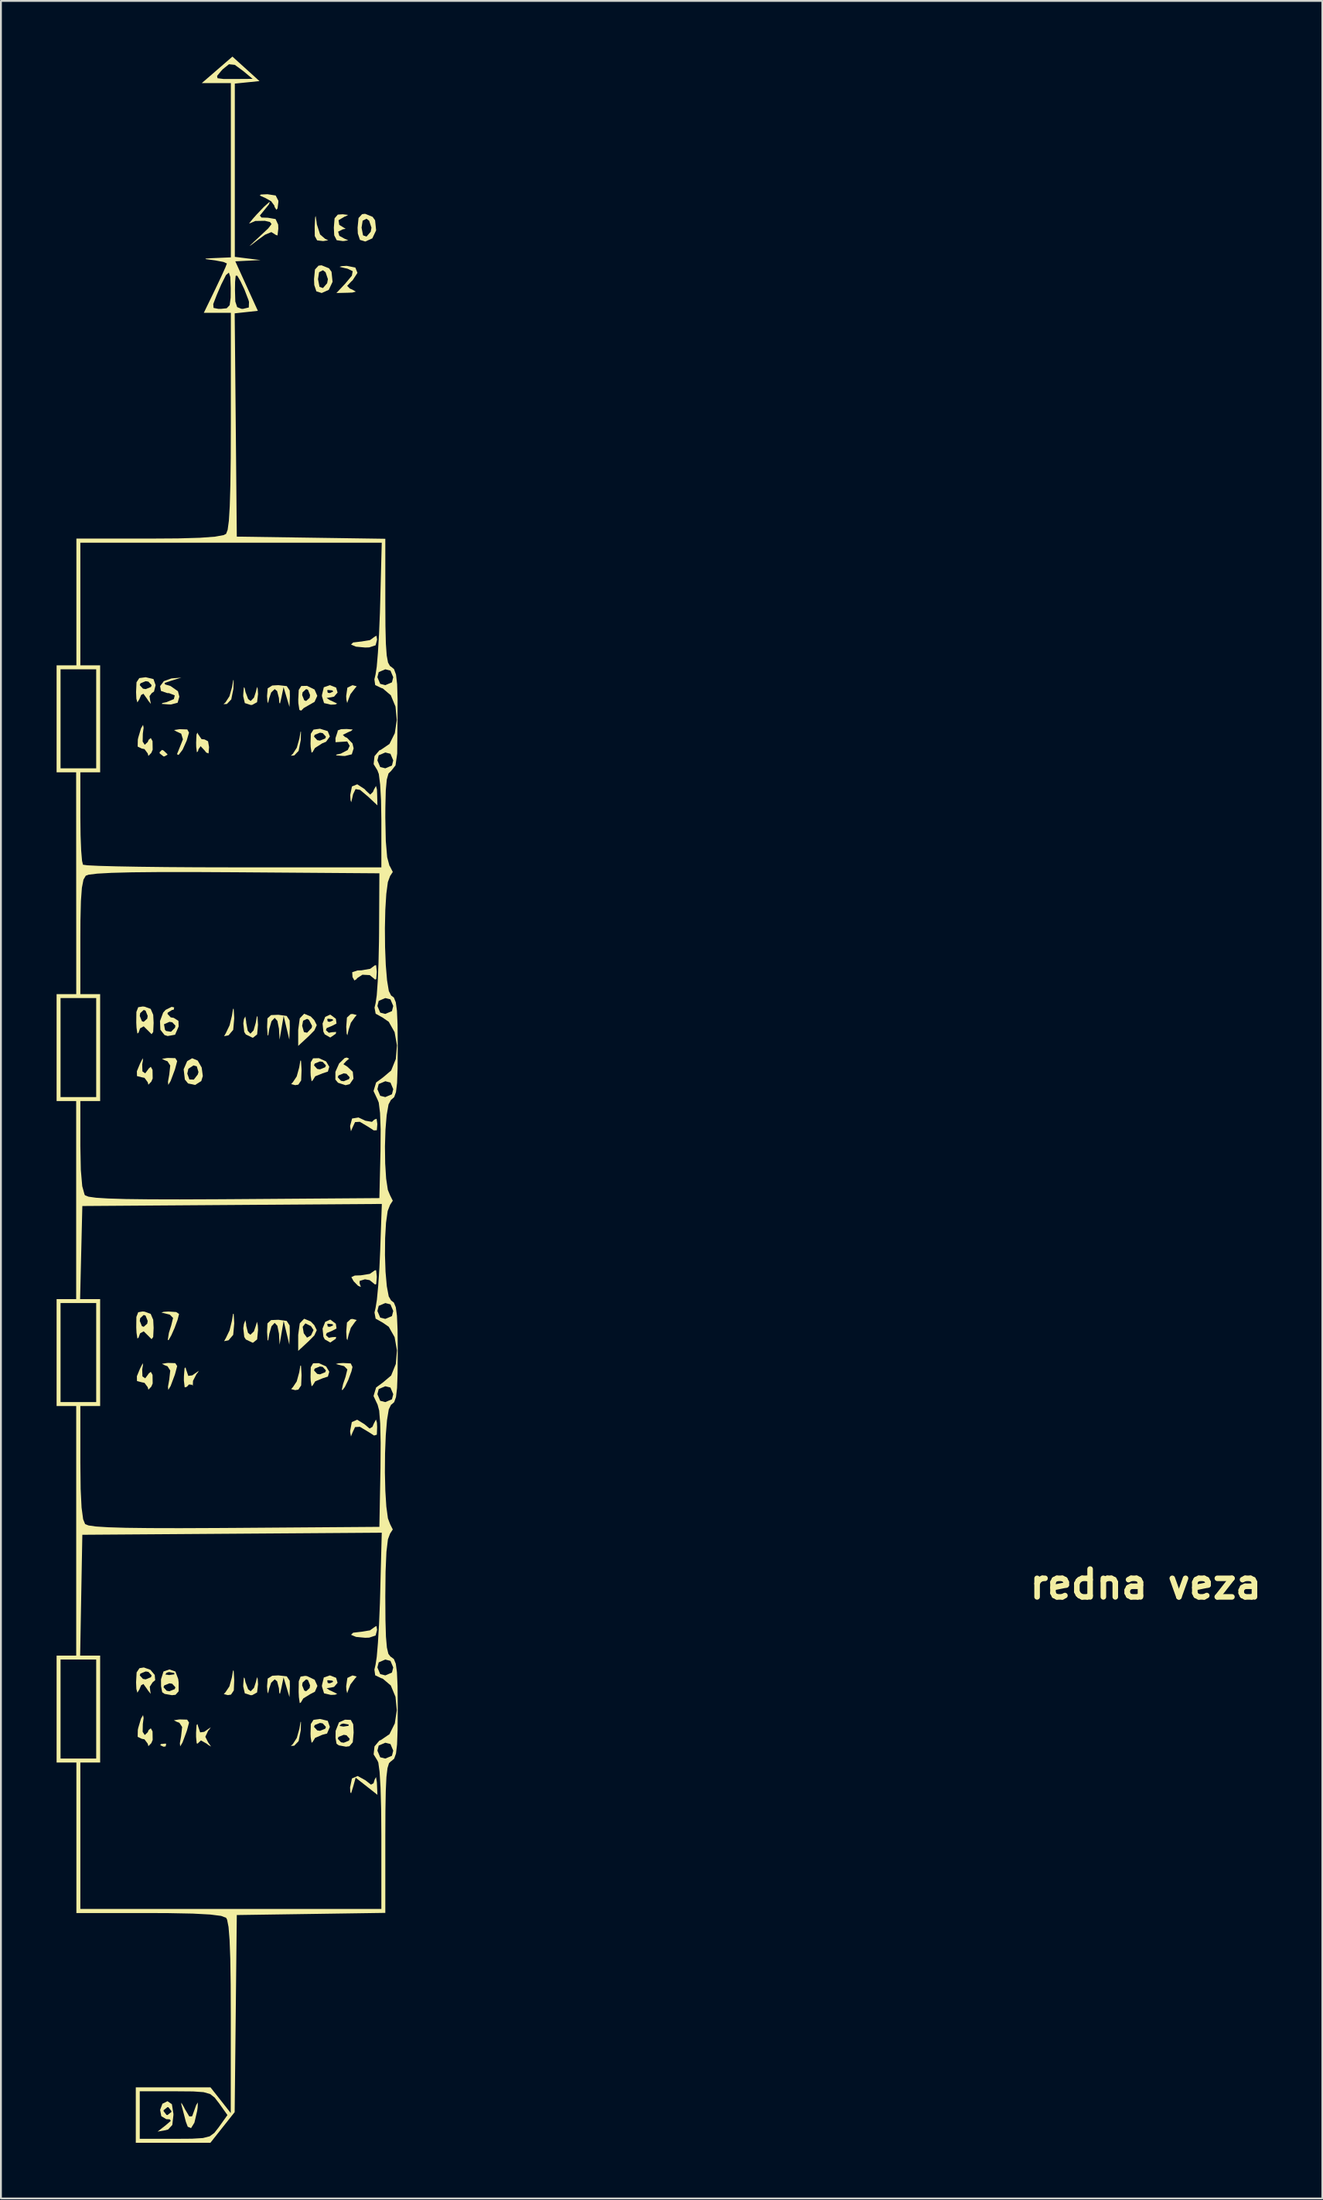
<source format=kicad_pcb>
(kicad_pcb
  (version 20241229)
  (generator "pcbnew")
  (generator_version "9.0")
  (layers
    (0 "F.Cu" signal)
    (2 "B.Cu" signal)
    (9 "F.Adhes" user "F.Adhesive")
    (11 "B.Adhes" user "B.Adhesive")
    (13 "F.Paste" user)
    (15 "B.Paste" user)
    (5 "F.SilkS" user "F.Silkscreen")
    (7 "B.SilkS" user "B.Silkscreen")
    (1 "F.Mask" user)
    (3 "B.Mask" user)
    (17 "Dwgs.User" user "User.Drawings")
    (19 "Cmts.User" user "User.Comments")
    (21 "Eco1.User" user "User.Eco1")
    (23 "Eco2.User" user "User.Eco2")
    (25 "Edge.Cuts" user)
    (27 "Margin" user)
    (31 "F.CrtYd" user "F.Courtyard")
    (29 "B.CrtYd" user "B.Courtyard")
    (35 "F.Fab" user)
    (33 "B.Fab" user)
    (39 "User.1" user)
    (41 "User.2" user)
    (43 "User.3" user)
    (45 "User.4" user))
  (footprint "redna veza"
    (layer "F.Cu")
    (at 58.697 82.323)
    (property "Reference" "redna veza" (at 0 0 0) (layer "F.SilkS") (effects (font (size 1.5 1.5) (thickness 0.3))))
    (attr board_only exclude_from_pos_files exclude_from_bom)
    (fp_poly (pts (xy -52.792 8.609) (xy -52.821 8.736) (xy -52.934 8.751) (xy -53.11 8.673) (xy -53.077 8.609) (xy -52.823 8.583)) (stroke (width 0) (type solid)) (fill yes) (layer "F.SilkS"))
    (fp_poly (pts (xy -52.934 -44.93) (xy -52.731 -44.738) (xy -52.721 -44.704) (xy -52.886 -44.613) (xy -52.934 -44.61) (xy -53.14 -44.774) (xy -53.148 -44.836) (xy -53.017 -44.964)) (stroke (width 0) (type solid)) (fill yes) (layer "F.SilkS"))
    (fp_poly (pts (xy -49.155 -48.714) (xy -49.168 -48.288) (xy -49.169 -48.255) (xy -49.283 -47.685) (xy -49.519 -47.438) (xy -49.702 -47.426) (xy -49.592 -47.529) (xy -49.382 -47.853) (xy -49.242 -48.346) (xy -49.176 -48.729)) (stroke (width 0) (type solid)) (fill yes) (layer "F.SilkS"))
    (fp_poly (pts (xy -45.526 -45.939) (xy -45.539 -45.514) (xy -45.541 -45.48) (xy -45.654 -44.911) (xy -45.891 -44.664) (xy -46.073 -44.651) (xy -45.963 -44.755) (xy -45.754 -45.079) (xy -45.613 -45.571) (xy -45.547 -45.954)) (stroke (width 0) (type solid)) (fill yes) (layer "F.SilkS"))
    (fp_poly (pts (xy -45.526 7.422) (xy -45.539 7.848) (xy -45.541 7.881) (xy -45.654 8.451) (xy -45.891 8.698) (xy -46.073 8.71) (xy -45.963 8.607) (xy -45.754 8.283) (xy -45.613 7.79) (xy -45.547 7.408)) (stroke (width 0) (type solid)) (fill yes) (layer "F.SilkS"))
    (fp_poly (pts (xy -42.742 -48.449) (xy -42.523 -48.39) (xy -42.611 -48.289) (xy -42.861 -47.965) (xy -42.96 -47.705) (xy -43.038 -47.489) (xy -43.08 -47.672) (xy -43.091 -47.865) (xy -43.027 -48.315) (xy -42.752 -48.449)) (stroke (width 0) (type solid)) (fill yes) (layer "F.SilkS"))
    (fp_poly (pts (xy -42.742 4.913) (xy -42.523 4.972) (xy -42.611 5.073) (xy -42.861 5.396) (xy -42.96 5.656) (xy -43.038 5.872) (xy -43.08 5.69) (xy -43.091 5.496) (xy -43.027 5.046) (xy -42.752 4.912)) (stroke (width 0) (type solid)) (fill yes) (layer "F.SilkS"))
    (fp_poly (pts (xy -42.522 -30.675) (xy -42.614 -30.573) (xy -42.839 -30.258) (xy -42.959 -29.882) (xy -43.027 -29.585) (xy -43.065 -29.672) (xy -43.087 -30.042) (xy -43.05 -30.54) (xy -42.849 -30.724) (xy -42.742 -30.733)) (stroke (width 0) (type solid)) (fill yes) (layer "F.SilkS"))
    (fp_poly (pts (xy -42.522 -14.24) (xy -42.614 -14.137) (xy -42.839 -13.822) (xy -42.959 -13.447) (xy -43.027 -13.15) (xy -43.065 -13.237) (xy -43.087 -13.607) (xy -43.05 -14.105) (xy -42.849 -14.289) (xy -42.742 -14.298)) (stroke (width 0) (type solid)) (fill yes) (layer "F.SilkS"))
    (fp_poly (pts (xy -49.154 4.658) (xy -49.129 5.07) (xy -49.124 5.176) (xy -49.146 5.718) (xy -49.298 5.945) (xy -49.466 5.973) (xy -49.687 5.916) (xy -49.592 5.812) (xy -49.385 5.504) (xy -49.25 5.015) (xy -49.189 4.647)) (stroke (width 0) (type solid)) (fill yes) (layer "F.SilkS"))
    (fp_poly (pts (xy -49.154 -31.008) (xy -49.129 -30.604) (xy -49.124 -30.492) (xy -49.18 -29.876) (xy -49.428 -29.586) (xy -49.443 -29.58) (xy -49.67 -29.535) (xy -49.568 -29.717) (xy -49.375 -30.119) (xy -49.25 -30.629) (xy -49.188 -31.01)) (stroke (width 0) (type solid)) (fill yes) (layer "F.SilkS"))
    (fp_poly (pts (xy -49.154 -14.573) (xy -49.129 -14.169) (xy -49.124 -14.057) (xy -49.18 -13.441) (xy -49.428 -13.151) (xy -49.443 -13.145) (xy -49.67 -13.1) (xy -49.568 -13.282) (xy -49.375 -13.683) (xy -49.25 -14.194) (xy -49.188 -14.575)) (stroke (width 0) (type solid)) (fill yes) (layer "F.SilkS"))
    (fp_poly (pts (xy -45.525 -28.213) (xy -45.5 -27.8) (xy -45.496 -27.695) (xy -45.517 -27.152) (xy -45.669 -26.925) (xy -45.837 -26.897) (xy -46.058 -26.955) (xy -45.963 -27.058) (xy -45.757 -27.367) (xy -45.622 -27.855) (xy -45.56 -28.224)) (stroke (width 0) (type solid)) (fill yes) (layer "F.SilkS"))
    (fp_poly (pts (xy -45.525 -11.777) (xy -45.5 -11.365) (xy -45.496 -11.259) (xy -45.517 -10.717) (xy -45.669 -10.49) (xy -45.837 -10.462) (xy -46.058 -10.519) (xy -45.963 -10.623) (xy -45.757 -10.931) (xy -45.622 -11.42) (xy -45.56 -11.788)) (stroke (width 0) (type solid)) (fill yes) (layer "F.SilkS"))
    (fp_poly (pts (xy -46.89 -74.838) (xy -46.747 -74.558) (xy -46.745 -74.492) (xy -46.789 -74.145) (xy -46.851 -74.066) (xy -46.955 -74.231) (xy -46.958 -74.286) (xy -47.133 -74.526) (xy -47.438 -74.699) (xy -47.75 -74.838) (xy -47.681 -74.892) (xy -47.332 -74.906)) (stroke (width 0) (type solid)) (fill yes) (layer "F.SilkS"))
    (fp_poly (pts (xy -44.689 -73.431) (xy -44.67 -73.278) (xy -44.496 -72.736) (xy -44.224 -72.503) (xy -44.058 -72.426) (xy -44.306 -72.385) (xy -44.343 -72.383) (xy -44.657 -72.42) (xy -44.783 -72.653) (xy -44.789 -73.158) (xy -44.764 -73.652) (xy -44.737 -73.737)) (stroke (width 0) (type solid)) (fill yes) (layer "F.SilkS"))
    (fp_poly (pts (xy -41.425 -50.907) (xy -41.505 -50.6) (xy -41.85 -50.487) (xy -42.069 -50.48) (xy -42.562 -50.526) (xy -42.828 -50.638) (xy -42.829 -50.64) (xy -42.718 -50.751) (xy -42.313 -50.8) (xy -42.293 -50.8) (xy -41.806 -50.881) (xy -41.55 -51.067) (xy -41.46 -51.115)) (stroke (width 0) (type solid)) (fill yes) (layer "F.SilkS"))
    (fp_poly (pts (xy -41.425 2.455) (xy -41.505 2.761) (xy -41.85 2.874) (xy -42.069 2.882) (xy -42.562 2.835) (xy -42.828 2.723) (xy -42.829 2.721) (xy -42.718 2.61) (xy -42.313 2.561) (xy -42.293 2.561) (xy -41.806 2.481) (xy -41.55 2.295) (xy -41.46 2.247)) (stroke (width 0) (type solid)) (fill yes) (layer "F.SilkS"))
    (fp_poly (pts (xy -52.301 -28.353) (xy -52.199 -28.194) (xy -52.312 -27.769) (xy -52.337 -27.695) (xy -52.551 -27.121) (xy -52.677 -26.911) (xy -52.695 -27.079) (xy -52.626 -27.463) (xy -52.572 -27.954) (xy -52.721 -28.184) (xy -52.868 -28.239) (xy -53.019 -28.316) (xy -52.746 -28.36) (xy -52.679 -28.363)) (stroke (width 0) (type solid)) (fill yes) (layer "F.SilkS"))
    (fp_poly (pts (xy -52.301 -11.917) (xy -52.199 -11.759) (xy -52.312 -11.333) (xy -52.337 -11.259) (xy -52.551 -10.686) (xy -52.677 -10.476) (xy -52.695 -10.644) (xy -52.626 -11.028) (xy -52.572 -11.519) (xy -52.721 -11.749) (xy -52.868 -11.803) (xy -53.019 -11.881) (xy -52.746 -11.925) (xy -52.679 -11.928)) (stroke (width 0) (type solid)) (fill yes) (layer "F.SilkS"))
    (fp_poly (pts (xy -51.661 7.293) (xy -51.559 7.451) (xy -51.672 7.877) (xy -51.697 7.951) (xy -51.911 8.524) (xy -52.036 8.734) (xy -52.054 8.566) (xy -51.986 8.182) (xy -51.931 7.691) (xy -52.081 7.461) (xy -52.228 7.407) (xy -52.379 7.329) (xy -52.105 7.285) (xy -52.038 7.282)) (stroke (width 0) (type solid)) (fill yes) (layer "F.SilkS"))
    (fp_poly (pts (xy -51.653 -46.065) (xy -51.561 -45.894) (xy -51.686 -45.463) (xy -51.906 -44.973) (xy -52.122 -44.691) (xy -52.123 -44.691) (xy -52.21 -44.731) (xy -52.102 -44.997) (xy -51.889 -45.533) (xy -51.982 -45.838) (xy -52.241 -45.957) (xy -52.367 -46.033) (xy -52.083 -46.077) (xy -52.038 -46.079)) (stroke (width 0) (type solid)) (fill yes) (layer "F.SilkS"))
    (fp_poly (pts (xy -52.248 -14.67) (xy -52.097 -14.568) (xy -52.179 -14.245) (xy -52.339 -13.812) (xy -52.519 -13.405) (xy -52.66 -13.16) (xy -52.705 -13.166) (xy -52.646 -13.546) (xy -52.518 -13.953) (xy -52.42 -14.354) (xy -52.596 -14.531) (xy -52.785 -14.578) (xy -53.051 -14.645) (xy -52.922 -14.683) (xy -52.668 -14.699)) (stroke (width 0) (type solid)) (fill yes) (layer "F.SilkS"))
    (fp_poly (pts (xy -42.845 -11.902) (xy -42.751 -11.711) (xy -42.807 -11.473) (xy -42.978 -11.01) (xy -43.162 -10.63) (xy -43.295 -10.457) (xy -43.323 -10.498) (xy -43.259 -10.789) (xy -43.126 -11.179) (xy -43.028 -11.579) (xy -43.204 -11.757) (xy -43.393 -11.804) (xy -43.65 -11.87) (xy -43.513 -11.908) (xy -43.262 -11.924)) (stroke (width 0) (type solid)) (fill yes) (layer "F.SilkS"))
    (fp_poly (pts (xy -51.095 28.188) (xy -51.122 28.382) (xy -51.27 29.013) (xy -51.451 29.306) (xy -51.63 29.229) (xy -51.733 28.957) (xy -51.882 28.379) (xy -51.976 28.035) (xy -51.975 27.933) (xy -51.834 28.174) (xy -51.781 28.282) (xy -51.547 28.673) (xy -51.398 28.671) (xy -51.368 28.602) (xy -51.173 28.059) (xy -51.084 27.923)) (stroke (width 0) (type solid)) (fill yes) (layer "F.SilkS"))
    (fp_poly (pts (xy -51.077 -45.822) (xy -50.886 -45.543) (xy -50.728 -45.528) (xy -50.535 -45.428) (xy -50.48 -45.113) (xy -50.507 -44.774) (xy -50.631 -44.818) (xy -50.728 -44.942) (xy -50.935 -45.162) (xy -51.048 -44.999) (xy -51.077 -44.892) (xy -51.137 -44.831) (xy -51.173 -45.13) (xy -51.177 -45.357) (xy -51.157 -45.792) (xy -51.105 -45.897)) (stroke (width 0) (type solid)) (fill yes) (layer "F.SilkS"))
    (fp_poly (pts (xy -47.858 -48.248) (xy -47.841 -47.972) (xy -47.893 -47.533) (xy -48.158 -47.388) (xy -48.239 -47.385) (xy -48.553 -47.486) (xy -48.64 -47.861) (xy -48.636 -47.972) (xy -48.607 -48.338) (xy -48.562 -48.298) (xy -48.515 -48.079) (xy -48.374 -47.704) (xy -48.239 -47.598) (xy -48.06 -47.779) (xy -47.962 -48.079) (xy -47.895 -48.36)) (stroke (width 0) (type solid)) (fill yes) (layer "F.SilkS"))
    (fp_poly (pts (xy -47.858 5.114) (xy -47.841 5.389) (xy -47.893 5.829) (xy -48.158 5.973) (xy -48.239 5.976) (xy -48.553 5.875) (xy -48.64 5.5) (xy -48.636 5.389) (xy -48.607 5.023) (xy -48.562 5.063) (xy -48.515 5.283) (xy -48.374 5.657) (xy -48.239 5.763) (xy -48.06 5.582) (xy -47.962 5.283) (xy -47.895 5.001)) (stroke (width 0) (type solid)) (fill yes) (layer "F.SilkS"))
    (fp_poly (pts (xy -42.054 -24.981) (xy -41.702 -24.919) (xy -41.577 -25.038) (xy -41.452 -25.086) (xy -41.412 -24.801) (xy -41.439 -24.467) (xy -41.604 -24.459) (xy -41.883 -24.641) (xy -42.354 -24.922) (xy -42.613 -24.907) (xy -42.755 -24.6) (xy -42.833 -24.41) (xy -42.873 -24.627) (xy -42.878 -24.706) (xy -42.773 -25.099) (xy -42.428 -25.155)) (stroke (width 0) (type solid)) (fill yes) (layer "F.SilkS"))
    (fp_poly (pts (xy -42.054 10.561) (xy -41.754 10.796) (xy -41.618 10.722) (xy -41.559 10.528) (xy -41.482 10.387) (xy -41.437 10.665) (xy -41.433 10.741) (xy -41.408 11.344) (xy -41.994 10.883) (xy -42.58 10.422) (xy -42.72 10.921) (xy -42.826 11.265) (xy -42.867 11.206) (xy -42.881 10.952) (xy -42.781 10.464) (xy -42.472 10.33)) (stroke (width 0) (type solid)) (fill yes) (layer "F.SilkS"))
    (fp_poly (pts (xy -48.484 -14.042) (xy -48.477 -13.927) (xy -48.382 -13.552) (xy -48.254 -13.447) (xy -48.064 -13.628) (xy -47.962 -13.927) (xy -47.897 -14.147) (xy -47.855 -13.96) (xy -47.841 -13.714) (xy -47.889 -13.197) (xy -48.108 -13.021) (xy -48.139 -13.02) (xy -48.498 -13.192) (xy -48.584 -13.328) (xy -48.635 -13.795) (xy -48.602 -14.022) (xy -48.524 -14.233)) (stroke (width 0) (type solid)) (fill yes) (layer "F.SilkS"))
    (fp_poly (pts (xy -47.87 -30.585) (xy -47.844 -30.149) (xy -47.889 -29.634) (xy -48.106 -29.457) (xy -48.139 -29.455) (xy -48.498 -29.628) (xy -48.584 -29.763) (xy -48.635 -30.23) (xy -48.602 -30.457) (xy -48.525 -30.6) (xy -48.48 -30.323) (xy -48.477 -30.256) (xy -48.396 -29.829) (xy -48.253 -29.669) (xy -48.08 -29.853) (xy -47.965 -30.256) (xy -47.903 -30.615)) (stroke (width 0) (type solid)) (fill yes) (layer "F.SilkS"))
    (fp_poly (pts (xy -41.442 -33.028) (xy -41.442 -32.977) (xy -41.471 -32.614) (xy -41.541 -32.584) (xy -41.55 -32.604) (xy -41.821 -32.827) (xy -42.217 -32.847) (xy -42.506 -32.659) (xy -42.525 -32.615) (xy -42.647 -32.538) (xy -42.75 -32.721) (xy -42.766 -32.982) (xy -42.479 -33.078) (xy -42.273 -33.084) (xy -41.795 -33.167) (xy -41.55 -33.351) (xy -41.477 -33.361)) (stroke (width 0) (type solid)) (fill yes) (layer "F.SilkS"))
    (fp_poly (pts (xy -54.044 -28.237) (xy -54.084 -28.015) (xy -54.071 -27.638) (xy -53.921 -27.534) (xy -53.744 -27.773) (xy -53.738 -27.79) (xy -53.62 -27.886) (xy -53.527 -27.718) (xy -53.519 -27.258) (xy -53.591 -27.088) (xy -53.75 -26.921) (xy -53.785 -27.054) (xy -53.96 -27.291) (xy -54.108 -27.321) (xy -54.365 -27.387) (xy -54.37 -27.648) (xy -54.196 -28.068) (xy -54.051 -28.349)) (stroke (width 0) (type solid)) (fill yes) (layer "F.SilkS"))
    (fp_poly (pts (xy -54.044 -11.801) (xy -54.084 -11.579) (xy -54.071 -11.203) (xy -53.921 -11.099) (xy -53.744 -11.338) (xy -53.738 -11.355) (xy -53.62 -11.45) (xy -53.527 -11.282) (xy -53.519 -10.823) (xy -53.591 -10.653) (xy -53.75 -10.486) (xy -53.785 -10.619) (xy -53.96 -10.855) (xy -54.108 -10.886) (xy -54.365 -10.952) (xy -54.37 -11.212) (xy -54.196 -11.633) (xy -54.051 -11.914)) (stroke (width 0) (type solid)) (fill yes) (layer "F.SilkS"))
    (fp_poly (pts (xy -51.715 -11.567) (xy -51.6 -11.23) (xy -51.383 -11.26) (xy -51.264 -11.343) (xy -51.03 -11.505) (xy -51.1 -11.395) (xy -51.157 -11.33) (xy -51.346 -10.962) (xy -51.352 -10.806) (xy -51.359 -10.696) (xy -51.394 -10.75) (xy -51.566 -10.767) (xy -51.676 -10.643) (xy -51.794 -10.61) (xy -51.838 -10.984) (xy -51.835 -11.206) (xy -51.802 -11.64) (xy -51.747 -11.69)) (stroke (width 0) (type solid)) (fill yes) (layer "F.SilkS"))
    (fp_poly (pts (xy -41.442 -16.593) (xy -41.442 -16.542) (xy -41.471 -16.179) (xy -41.541 -16.149) (xy -41.55 -16.168) (xy -41.827 -16.39) (xy -42.079 -16.435) (xy -42.363 -16.35) (xy -42.369 -16.222) (xy -42.298 -16.021) (xy -42.448 -16.083) (xy -42.689 -16.329) (xy -42.813 -16.551) (xy -42.625 -16.638) (xy -42.306 -16.649) (xy -41.815 -16.728) (xy -41.55 -16.916) (xy -41.477 -16.925)) (stroke (width 0) (type solid)) (fill yes) (layer "F.SilkS"))
    (fp_poly (pts (xy -41.434 -8.709) (xy -41.423 -8.472) (xy -41.438 -8.062) (xy -41.585 -8.015) (xy -41.883 -8.206) (xy -42.354 -8.487) (xy -42.613 -8.471) (xy -42.755 -8.164) (xy -42.833 -7.966) (xy -42.873 -8.174) (xy -42.878 -8.258) (xy -42.788 -8.74) (xy -42.5 -8.869) (xy -42.112 -8.632) (xy -41.83 -8.393) (xy -41.677 -8.484) (xy -41.595 -8.672) (xy -41.484 -8.88)) (stroke (width 0) (type solid)) (fill yes) (layer "F.SilkS"))
    (fp_poly (pts (xy -54.007 -46.155) (xy -54.05 -45.837) (xy -54.059 -45.413) (xy -53.947 -45.238) (xy -53.785 -45.389) (xy -53.738 -45.506) (xy -53.62 -45.602) (xy -53.527 -45.434) (xy -53.519 -44.974) (xy -53.591 -44.804) (xy -53.75 -44.637) (xy -53.785 -44.77) (xy -53.96 -45.006) (xy -54.112 -45.037) (xy -54.328 -45.142) (xy -54.319 -45.52) (xy -54.296 -45.624) (xy -54.148 -46.122) (xy -54.038 -46.311)) (stroke (width 0) (type solid)) (fill yes) (layer "F.SilkS"))
    (fp_poly (pts (xy -54.007 7.206) (xy -54.05 7.524) (xy -54.059 7.948) (xy -53.947 8.123) (xy -53.785 7.972) (xy -53.738 7.855) (xy -53.62 7.76) (xy -53.527 7.928) (xy -53.519 8.387) (xy -53.591 8.557) (xy -53.75 8.724) (xy -53.785 8.591) (xy -53.96 8.356) (xy -54.112 8.324) (xy -54.328 8.219) (xy -54.319 7.841) (xy -54.296 7.737) (xy -54.148 7.239) (xy -54.038 7.05)) (stroke (width 0) (type solid)) (fill yes) (layer "F.SilkS"))
    (fp_poly (pts (xy -45.002 -14.164) (xy -44.813 -13.968) (xy -44.676 -13.696) (xy -44.807 -13.409) (xy -45.107 -13.105) (xy -45.677 -12.576) (xy -45.677 -13.438) (xy -45.618 -13.876) (xy -45.435 -13.876) (xy -45.377 -13.527) (xy -45.201 -13.291) (xy -44.987 -13.411) (xy -44.85 -13.703) (xy -44.991 -13.913) (xy -45.289 -14.061) (xy -45.435 -13.876) (xy -45.618 -13.876) (xy -45.592 -14.062) (xy -45.358 -14.31)) (stroke (width 0) (type solid)) (fill yes) (layer "F.SilkS"))
    (fp_poly (pts (xy -42.598 -70.955) (xy -42.483 -70.669) (xy -42.742 -70.272) (xy -42.816 -70.206) (xy -43.038 -69.969) (xy -42.89 -69.821) (xy -42.763 -69.768) (xy -42.571 -69.659) (xy -42.76 -69.608) (xy -42.993 -69.598) (xy -43.617 -69.583) (xy -43.153 -70.077) (xy -42.785 -70.516) (xy -42.74 -70.76) (xy -43.022 -70.895) (xy -43.169 -70.927) (xy -43.451 -70.994) (xy -43.339 -71.031) (xy -43.063 -71.048)) (stroke (width 0) (type solid)) (fill yes) (layer "F.SilkS"))
    (fp_poly (pts (xy -42.097 -42.85) (xy -42.032 -42.775) (xy -41.794 -42.553) (xy -41.646 -42.701) (xy -41.594 -42.828) (xy -41.484 -43.02) (xy -41.433 -42.831) (xy -41.423 -42.599) (xy -41.408 -41.974) (xy -41.902 -42.438) (xy -42.341 -42.807) (xy -42.586 -42.851) (xy -42.72 -42.57) (xy -42.752 -42.422) (xy -42.819 -42.141) (xy -42.856 -42.253) (xy -42.873 -42.529) (xy -42.78 -42.994) (xy -42.494 -43.109)) (stroke (width 0) (type solid)) (fill yes) (layer "F.SilkS"))
    (fp_poly (pts (xy -51.075 7.643) (xy -50.96 7.98) (xy -50.742 7.95) (xy -50.623 7.867) (xy -50.389 7.704) (xy -50.461 7.815) (xy -50.528 7.892) (xy -50.682 8.217) (xy -50.528 8.522) (xy -50.372 8.744) (xy -50.508 8.668) (xy -50.619 8.582) (xy -50.918 8.413) (xy -51.074 8.561) (xy -51.083 8.582) (xy -51.147 8.573) (xy -51.18 8.223) (xy -51.181 8.004) (xy -51.155 7.587) (xy -51.104 7.531)) (stroke (width 0) (type solid)) (fill yes) (layer "F.SilkS"))
    (fp_poly (pts (xy -46.298 -30.627) (xy -46.138 -30.384) (xy -46.129 -30.01) (xy -46.155 -29.349) (xy -46.308 -29.989) (xy -46.461 -30.629) (xy -46.571 -29.989) (xy -46.681 -29.349) (xy -46.713 -29.936) (xy -46.798 -30.362) (xy -46.944 -30.523) (xy -47.116 -30.338) (xy -47.232 -29.936) (xy -47.294 -29.569) (xy -47.327 -29.593) (xy -47.353 -30.027) (xy -47.353 -30.028) (xy -47.334 -30.497) (xy -47.137 -30.673) (xy -46.745 -30.689)) (stroke (width 0) (type solid)) (fill yes) (layer "F.SilkS"))
    (fp_poly (pts (xy -46.298 -14.192) (xy -46.138 -13.949) (xy -46.129 -13.575) (xy -46.155 -12.913) (xy -46.308 -13.554) (xy -46.461 -14.194) (xy -46.571 -13.554) (xy -46.681 -12.913) (xy -46.713 -13.5) (xy -46.798 -13.927) (xy -46.944 -14.087) (xy -47.116 -13.903) (xy -47.232 -13.5) (xy -47.294 -13.133) (xy -47.327 -13.158) (xy -47.353 -13.591) (xy -47.353 -13.593) (xy -47.334 -14.061) (xy -47.137 -14.237) (xy -46.745 -14.254)) (stroke (width 0) (type solid)) (fill yes) (layer "F.SilkS"))
    (fp_poly (pts (xy -46.293 -48.4) (xy -46.134 -48.163) (xy -46.125 -47.865) (xy -46.147 -47.278) (xy -46.306 -47.812) (xy -46.466 -48.345) (xy -46.576 -47.812) (xy -46.658 -47.458) (xy -46.697 -47.509) (xy -46.715 -47.758) (xy -46.813 -48.134) (xy -46.943 -48.239) (xy -47.133 -48.058) (xy -47.234 -47.758) (xy -47.302 -47.477) (xy -47.338 -47.589) (xy -47.356 -47.865) (xy -47.321 -48.281) (xy -47.073 -48.434) (xy -46.745 -48.452)) (stroke (width 0) (type solid)) (fill yes) (layer "F.SilkS"))
    (fp_poly (pts (xy -46.293 4.961) (xy -46.134 5.199) (xy -46.125 5.496) (xy -46.147 6.083) (xy -46.306 5.55) (xy -46.466 5.016) (xy -46.576 5.55) (xy -46.658 5.904) (xy -46.697 5.852) (xy -46.715 5.603) (xy -46.813 5.228) (xy -46.943 5.123) (xy -47.133 5.304) (xy -47.234 5.603) (xy -47.302 5.884) (xy -47.338 5.772) (xy -47.356 5.496) (xy -47.321 5.081) (xy -47.073 4.927) (xy -46.745 4.909)) (stroke (width 0) (type solid)) (fill yes) (layer "F.SilkS"))
    (fp_poly (pts (xy -45.002 -30.6) (xy -44.813 -30.403) (xy -44.676 -30.132) (xy -44.807 -29.845) (xy -45.107 -29.54) (xy -45.677 -29.011) (xy -45.677 -29.874) (xy -45.647 -30.096) (xy -45.464 -30.096) (xy -45.366 -29.757) (xy -45.197 -29.722) (xy -44.949 -29.984) (xy -44.93 -30.096) (xy -45.099 -30.416) (xy -45.197 -30.469) (xy -45.411 -30.37) (xy -45.464 -30.096) (xy -45.647 -30.096) (xy -45.592 -30.497) (xy -45.358 -30.745)) (stroke (width 0) (type solid)) (fill yes) (layer "F.SilkS"))
    (fp_poly (pts (xy -42.987 -73.791) (xy -43.109 -73.721) (xy -43.169 -73.705) (xy -43.503 -73.506) (xy -43.464 -73.256) (xy -43.276 -73.14) (xy -43.119 -73.043) (xy -43.276 -73.015) (xy -43.525 -72.889) (xy -43.46 -72.664) (xy -43.169 -72.505) (xy -42.979 -72.428) (xy -43.197 -72.387) (xy -43.276 -72.383) (xy -43.602 -72.429) (xy -43.735 -72.691) (xy -43.756 -73.105) (xy -43.716 -73.609) (xy -43.543 -73.808) (xy -43.276 -73.827)) (stroke (width 0) (type solid)) (fill yes) (layer "F.SilkS"))
    (fp_poly (pts (xy -51.093 -28.223) (xy -50.878 -27.847) (xy -50.817 -27.389) (xy -50.899 -27.12) (xy -51.23 -26.908) (xy -51.613 -26.989) (xy -51.785 -27.202) (xy -51.822 -27.517) (xy -51.654 -27.517) (xy -51.541 -27.204) (xy -51.303 -27.196) (xy -51.089 -27.471) (xy -51.051 -27.606) (xy -51.143 -27.91) (xy -51.318 -27.961) (xy -51.595 -27.782) (xy -51.654 -27.517) (xy -51.822 -27.517) (xy -51.85 -27.752) (xy -51.66 -28.191) (xy -51.392 -28.347)) (stroke (width 0) (type solid)) (fill yes) (layer "F.SilkS"))
    (fp_poly (pts (xy -44.016 -70.914) (xy -43.881 -70.727) (xy -43.825 -70.186) (xy -44.029 -69.754) (xy -44.411 -69.583) (xy -44.697 -69.673) (xy -44.811 -70.014) (xy -44.824 -70.33) (xy -44.61 -70.33) (xy -44.528 -69.915) (xy -44.343 -69.85) (xy -44.117 -70.11) (xy -44.076 -70.33) (xy -44.202 -70.704) (xy -44.343 -70.811) (xy -44.551 -70.705) (xy -44.61 -70.33) (xy -44.824 -70.33) (xy -44.773 -70.849) (xy -44.583 -71.057) (xy -44.419 -71.077)) (stroke (width 0) (type solid)) (fill yes) (layer "F.SilkS"))
    (fp_poly (pts (xy -41.668 -73.689) (xy -41.533 -73.502) (xy -41.477 -72.961) (xy -41.682 -72.529) (xy -42.063 -72.358) (xy -42.349 -72.447) (xy -42.463 -72.789) (xy -42.476 -73.105) (xy -42.262 -73.105) (xy -42.181 -72.689) (xy -41.995 -72.625) (xy -41.769 -72.885) (xy -41.729 -73.105) (xy -41.854 -73.479) (xy -41.995 -73.585) (xy -42.203 -73.48) (xy -42.262 -73.105) (xy -42.476 -73.105) (xy -42.425 -73.624) (xy -42.235 -73.832) (xy -42.072 -73.852)) (stroke (width 0) (type solid)) (fill yes) (layer "F.SilkS"))
    (fp_poly (pts (xy -52.508 -48.697) (xy -52.877 -48.572) (xy -52.853 -48.492) (xy -52.561 -48.407) (xy -52.158 -48.126) (xy -52.081 -47.832) (xy -52.174 -47.504) (xy -52.531 -47.411) (xy -52.668 -47.414) (xy -53.034 -47.443) (xy -52.994 -47.489) (xy -52.774 -47.536) (xy -52.378 -47.701) (xy -52.329 -47.901) (xy -52.635 -48.021) (xy -52.737 -48.025) (xy -53.072 -48.141) (xy -53.119 -48.399) (xy -52.918 -48.668) (xy -52.507 -48.815) (xy -52.505 -48.815) (xy -51.974 -48.858)) (stroke (width 0) (type solid)) (fill yes) (layer "F.SilkS"))
    (fp_poly (pts (xy -44.086 -45.974) (xy -43.969 -45.687) (xy -44.175 -45.402) (xy -44.385 -45.315) (xy -44.774 -45.066) (xy -44.894 -44.855) (xy -44.957 -44.81) (xy -45.003 -45.121) (xy -45.012 -45.304) (xy -45.001 -45.677) (xy -44.824 -45.677) (xy -44.651 -45.488) (xy -44.503 -45.464) (xy -44.219 -45.579) (xy -44.183 -45.677) (xy -44.356 -45.867) (xy -44.503 -45.891) (xy -44.787 -45.776) (xy -44.824 -45.677) (xy -45.001 -45.677) (xy -44.997 -45.831) (xy -44.853 -46.056) (xy -44.503 -46.104)) (stroke (width 0) (type solid)) (fill yes) (layer "F.SilkS"))
    (fp_poly (pts (xy -44.085 7.357) (xy -43.97 7.684) (xy -44.122 8.043) (xy -44.381 8.111) (xy -44.767 8.278) (xy -44.89 8.484) (xy -44.955 8.543) (xy -45.003 8.243) (xy -45.012 8.058) (xy -45.001 7.684) (xy -44.824 7.684) (xy -44.651 7.873) (xy -44.503 7.897) (xy -44.219 7.782) (xy -44.183 7.684) (xy -44.356 7.495) (xy -44.503 7.471) (xy -44.787 7.586) (xy -44.824 7.684) (xy -45.001 7.684) (xy -44.997 7.531) (xy -44.853 7.305) (xy -44.503 7.257)) (stroke (width 0) (type solid)) (fill yes) (layer "F.SilkS"))
    (fp_poly (pts (xy -45.199 -48.414) (xy -44.795 -48.216) (xy -44.648 -47.876) (xy -44.796 -47.551) (xy -44.968 -47.453) (xy -45.377 -47.219) (xy -45.514 -47.08) (xy -45.612 -47.116) (xy -45.669 -47.483) (xy -45.674 -47.667) (xy -45.661 -47.918) (xy -45.464 -47.918) (xy -45.349 -47.634) (xy -45.25 -47.598) (xy -45.061 -47.771) (xy -45.037 -47.918) (xy -45.152 -48.203) (xy -45.25 -48.239) (xy -45.44 -48.066) (xy -45.464 -47.918) (xy -45.661 -47.918) (xy -45.647 -48.195) (xy -45.512 -48.407) (xy -45.2 -48.414)) (stroke (width 0) (type solid)) (fill yes) (layer "F.SilkS"))
    (fp_poly (pts (xy -45.199 4.948) (xy -44.792 5.143) (xy -44.641 5.475) (xy -44.777 5.79) (xy -45.007 5.907) (xy -45.404 6.152) (xy -45.534 6.372) (xy -45.594 6.402) (xy -45.64 6.08) (xy -45.653 5.802) (xy -45.648 5.443) (xy -45.464 5.443) (xy -45.349 5.727) (xy -45.25 5.763) (xy -45.061 5.59) (xy -45.037 5.443) (xy -45.152 5.159) (xy -45.25 5.123) (xy -45.44 5.296) (xy -45.464 5.443) (xy -45.648 5.443) (xy -45.646 5.229) (xy -45.548 4.975) (xy -45.301 4.935)) (stroke (width 0) (type solid)) (fill yes) (layer "F.SilkS"))
    (fp_poly (pts (xy -44.559 -28.35) (xy -44.173 -28.176) (xy -44.001 -27.888) (xy -44.077 -27.627) (xy -44.365 -27.534) (xy -44.759 -27.373) (xy -44.89 -27.161) (xy -44.955 -27.104) (xy -45.003 -27.406) (xy -45.012 -27.603) (xy -45.004 -27.961) (xy -44.824 -27.961) (xy -44.651 -27.772) (xy -44.503 -27.748) (xy -44.219 -27.863) (xy -44.183 -27.961) (xy -44.356 -28.151) (xy -44.503 -28.175) (xy -44.787 -28.06) (xy -44.824 -27.961) (xy -45.004 -27.961) (xy -45 -28.13) (xy -44.875 -28.343) (xy -44.571 -28.351)) (stroke (width 0) (type solid)) (fill yes) (layer "F.SilkS"))
    (fp_poly (pts (xy -44.559 -11.914) (xy -44.173 -11.741) (xy -44.001 -11.453) (xy -44.077 -11.192) (xy -44.365 -11.099) (xy -44.759 -10.937) (xy -44.89 -10.726) (xy -44.955 -10.669) (xy -45.003 -10.971) (xy -45.012 -11.167) (xy -45.004 -11.526) (xy -44.824 -11.526) (xy -44.651 -11.337) (xy -44.503 -11.313) (xy -44.219 -11.428) (xy -44.183 -11.526) (xy -44.356 -11.715) (xy -44.503 -11.739) (xy -44.787 -11.624) (xy -44.824 -11.526) (xy -45.004 -11.526) (xy -45 -11.695) (xy -44.875 -11.908) (xy -44.571 -11.916)) (stroke (width 0) (type solid)) (fill yes) (layer "F.SilkS"))
    (fp_poly (pts (xy -43.634 -48.322) (xy -43.554 -48.054) (xy -43.745 -47.832) (xy -43.916 -47.797) (xy -44.145 -47.762) (xy -43.991 -47.655) (xy -43.863 -47.598) (xy -43.575 -47.458) (xy -43.688 -47.41) (xy -43.916 -47.4) (xy -44.284 -47.486) (xy -44.396 -47.852) (xy -44.397 -47.918) (xy -44.337 -48.168) (xy -44.112 -48.168) (xy -44.083 -48.041) (xy -43.97 -48.025) (xy -43.794 -48.103) (xy -43.827 -48.168) (xy -44.081 -48.193) (xy -44.112 -48.168) (xy -44.337 -48.168) (xy -44.297 -48.337) (xy -43.97 -48.452)) (stroke (width 0) (type solid)) (fill yes) (layer "F.SilkS"))
    (fp_poly (pts (xy -43.634 5.04) (xy -43.554 5.308) (xy -43.745 5.529) (xy -43.916 5.565) (xy -44.145 5.599) (xy -43.991 5.707) (xy -43.863 5.763) (xy -43.575 5.903) (xy -43.688 5.952) (xy -43.916 5.961) (xy -44.284 5.875) (xy -44.396 5.509) (xy -44.397 5.443) (xy -44.337 5.194) (xy -44.112 5.194) (xy -44.083 5.321) (xy -43.97 5.336) (xy -43.794 5.258) (xy -43.827 5.194) (xy -44.081 5.168) (xy -44.112 5.194) (xy -44.337 5.194) (xy -44.297 5.024) (xy -43.97 4.909)) (stroke (width 0) (type solid)) (fill yes) (layer "F.SilkS"))
    (fp_poly (pts (xy -43.93 -30.687) (xy -43.648 -30.475) (xy -43.612 -30.219) (xy -43.845 -30.096) (xy -44.14 -29.974) (xy -44.183 -29.86) (xy -44.027 -29.719) (xy -43.852 -29.75) (xy -43.632 -29.765) (xy -43.651 -29.666) (xy -43.948 -29.464) (xy -44.245 -29.633) (xy -44.319 -29.776) (xy -44.364 -30.215) (xy -44.27 -30.452) (xy -44.112 -30.452) (xy -44.083 -30.325) (xy -43.97 -30.309) (xy -43.794 -30.387) (xy -43.827 -30.452) (xy -44.081 -30.477) (xy -44.112 -30.452) (xy -44.27 -30.452) (xy -44.221 -30.577) (xy -43.96 -30.695)) (stroke (width 0) (type solid)) (fill yes) (layer "F.SilkS"))
    (fp_poly (pts (xy -43.93 -14.252) (xy -43.648 -14.039) (xy -43.612 -13.784) (xy -43.845 -13.661) (xy -44.14 -13.539) (xy -44.183 -13.424) (xy -44.027 -13.284) (xy -43.852 -13.315) (xy -43.632 -13.33) (xy -43.651 -13.231) (xy -43.948 -13.028) (xy -44.245 -13.198) (xy -44.319 -13.34) (xy -44.364 -13.78) (xy -44.27 -14.016) (xy -44.112 -14.016) (xy -44.083 -13.889) (xy -43.97 -13.874) (xy -43.794 -13.952) (xy -43.827 -14.016) (xy -44.081 -14.042) (xy -44.112 -14.016) (xy -44.27 -14.016) (xy -44.221 -14.141) (xy -43.96 -14.26)) (stroke (width 0) (type solid)) (fill yes) (layer "F.SilkS"))
    (fp_poly (pts (xy -42.929 -28.324) (xy -43.081 -28.201) (xy -43.241 -28.026) (xy -43.027 -27.891) (xy -42.735 -27.618) (xy -42.698 -27.245) (xy -42.898 -26.954) (xy -43.123 -26.894) (xy -43.53 -27.026) (xy -43.673 -27.198) (xy -43.672 -27.321) (xy -43.543 -27.321) (xy -43.37 -27.132) (xy -43.223 -27.108) (xy -42.939 -27.223) (xy -42.903 -27.321) (xy -43.075 -27.51) (xy -43.223 -27.534) (xy -43.507 -27.419) (xy -43.543 -27.321) (xy -43.672 -27.321) (xy -43.671 -27.616) (xy -43.472 -28.066) (xy -43.175 -28.356) (xy -43.055 -28.385)) (stroke (width 0) (type solid)) (fill yes) (layer "F.SilkS"))
    (fp_poly (pts (xy -42.738 -46.063) (xy -42.821 -45.984) (xy -42.994 -45.913) (xy -43.271 -45.773) (xy -43.158 -45.66) (xy -43.047 -45.615) (xy -42.752 -45.312) (xy -42.689 -45.044) (xy -42.788 -44.725) (xy -43.157 -44.636) (xy -43.276 -44.639) (xy -43.642 -44.668) (xy -43.602 -44.714) (xy -43.383 -44.761) (xy -43.007 -44.958) (xy -42.903 -45.183) (xy -43.037 -45.418) (xy -43.346 -45.398) (xy -43.665 -45.377) (xy -43.668 -45.598) (xy -43.666 -45.604) (xy -43.557 -45.936) (xy -43.543 -46.015) (xy -43.362 -46.079) (xy -43.063 -46.089)) (stroke (width 0) (type solid)) (fill yes) (layer "F.SilkS"))
    (fp_poly (pts (xy -52.484 28.017) (xy -52.401 28.536) (xy -52.401 28.599) (xy -52.462 29.137) (xy -52.686 29.379) (xy -52.828 29.418) (xy -53.255 29.494) (xy -52.828 29.161) (xy -52.544 28.917) (xy -52.597 28.833) (xy -52.789 28.822) (xy -53.054 28.662) (xy -53.106 28.388) (xy -52.934 28.388) (xy -52.772 28.595) (xy -52.721 28.602) (xy -52.514 28.439) (xy -52.508 28.388) (xy -52.67 28.181) (xy -52.721 28.175) (xy -52.928 28.337) (xy -52.934 28.388) (xy -53.106 28.388) (xy -53.118 28.322) (xy -52.994 27.991) (xy -52.721 27.855)) (stroke (width 0) (type solid)) (fill yes) (layer "F.SilkS"))
    (fp_poly (pts (xy -53.948 -31.125) (xy -53.626 -31.006) (xy -53.49 -30.689) (xy -53.468 -30.252) (xy -53.491 -29.761) (xy -53.578 -29.643) (xy -53.705 -29.772) (xy -54.002 -30.067) (xy -54.198 -29.957) (xy -54.281 -29.722) (xy -54.343 -29.679) (xy -54.39 -29.991) (xy -54.404 -30.271) (xy -54.4 -30.629) (xy -54.215 -30.629) (xy -54.1 -30.345) (xy -54.002 -30.309) (xy -53.812 -30.482) (xy -53.788 -30.629) (xy -53.903 -30.913) (xy -54.002 -30.95) (xy -54.191 -30.777) (xy -54.215 -30.629) (xy -54.4 -30.629) (xy -54.397 -30.843) (xy -54.299 -31.097) (xy -54.053 -31.137)) (stroke (width 0) (type solid)) (fill yes) (layer "F.SilkS"))
    (fp_poly (pts (xy -53.948 -14.689) (xy -53.626 -14.571) (xy -53.49 -14.253) (xy -53.468 -13.817) (xy -53.491 -13.326) (xy -53.578 -13.208) (xy -53.705 -13.337) (xy -54.002 -13.632) (xy -54.198 -13.522) (xy -54.281 -13.287) (xy -54.343 -13.244) (xy -54.39 -13.556) (xy -54.404 -13.835) (xy -54.4 -14.194) (xy -54.215 -14.194) (xy -54.1 -13.91) (xy -54.002 -13.874) (xy -53.812 -14.047) (xy -53.788 -14.194) (xy -53.903 -14.478) (xy -54.002 -14.514) (xy -54.191 -14.341) (xy -54.215 -14.194) (xy -54.4 -14.194) (xy -54.397 -14.408) (xy -54.299 -14.661) (xy -54.053 -14.702)) (stroke (width 0) (type solid)) (fill yes) (layer "F.SilkS"))
    (fp_poly (pts (xy -52.36 -31.087) (xy -52.386 -30.96) (xy -52.472 -30.95) (xy -52.707 -30.807) (xy -52.721 -30.736) (xy -52.547 -30.549) (xy -52.386 -30.523) (xy -52.131 -30.361) (xy -52.119 -30.059) (xy -52.312 -29.615) (xy -52.711 -29.544) (xy -52.881 -29.598) (xy -53.103 -29.882) (xy -53.117 -30.178) (xy -52.909 -30.178) (xy -52.856 -29.883) (xy -52.798 -29.817) (xy -52.532 -29.774) (xy -52.316 -29.99) (xy -52.294 -30.108) (xy -52.467 -30.287) (xy -52.614 -30.309) (xy -52.909 -30.178) (xy -53.117 -30.178) (xy -53.125 -30.348) (xy -52.955 -30.806) (xy -52.823 -30.954) (xy -52.498 -31.116)) (stroke (width 0) (type solid)) (fill yes) (layer "F.SilkS"))
    (fp_poly (pts (xy -53.642 4.608) (xy -53.409 4.885) (xy -53.384 5.167) (xy -53.524 5.284) (xy -53.675 5.52) (xy -53.653 5.723) (xy -53.625 5.905) (xy -53.777 5.714) (xy -53.807 5.666) (xy -54.018 5.373) (xy -54.141 5.441) (xy -54.235 5.666) (xy -54.343 5.841) (xy -54.398 5.64) (xy -54.414 5.283) (xy -54.393 4.909) (xy -54.215 4.909) (xy -54.042 5.099) (xy -53.895 5.123) (xy -53.611 5.007) (xy -53.575 4.909) (xy -53.748 4.72) (xy -53.895 4.696) (xy -54.179 4.811) (xy -54.215 4.909) (xy -54.393 4.909) (xy -54.385 4.748) (xy -54.231 4.521) (xy -53.995 4.482)) (stroke (width 0) (type solid)) (fill yes) (layer "F.SilkS"))
    (fp_poly (pts (xy -53.477 -48.779) (xy -53.361 -48.452) (xy -53.448 -48.105) (xy -53.568 -48.025) (xy -53.688 -47.861) (xy -53.659 -47.652) (xy -53.614 -47.44) (xy -53.74 -47.592) (xy -53.807 -47.696) (xy -54.018 -47.989) (xy -54.141 -47.92) (xy -54.235 -47.696) (xy -54.343 -47.521) (xy -54.398 -47.721) (xy -54.414 -48.079) (xy -54.397 -48.452) (xy -54.215 -48.452) (xy -54.042 -48.263) (xy -53.895 -48.239) (xy -53.611 -48.354) (xy -53.575 -48.452) (xy -53.748 -48.641) (xy -53.895 -48.666) (xy -54.179 -48.55) (xy -54.215 -48.452) (xy -54.397 -48.452) (xy -54.391 -48.606) (xy -54.242 -48.832) (xy -53.895 -48.879)) (stroke (width 0) (type solid)) (fill yes) (layer "F.SilkS"))
    (fp_poly (pts (xy -47.254 -74.359) (xy -47.492 -74.066) (xy -47.742 -73.757) (xy -47.655 -73.65) (xy -47.311 -73.639) (xy -46.896 -73.568) (xy -46.756 -73.268) (xy -46.748 -73.052) (xy -46.792 -72.684) (xy -46.919 -72.73) (xy -46.929 -72.745) (xy -47.123 -72.866) (xy -47.459 -72.728) (xy -47.833 -72.458) (xy -48.214 -72.165) (xy -48.295 -72.12) (xy -48.071 -72.338) (xy -47.753 -72.632) (xy -47.29 -73.068) (xy -47.113 -73.299) (xy -47.197 -73.409) (xy -47.475 -73.474) (xy -47.987 -73.465) (xy -48.279 -73.34) (xy -48.322 -73.334) (xy -48.121 -73.583) (xy -47.93 -73.799) (xy -47.53 -74.22) (xy -47.256 -74.466) (xy -47.205 -74.492)) (stroke (width 0) (type solid)) (fill yes) (layer "F.SilkS"))
    (fp_poly (pts (xy -52.294 4.701) (xy -52.143 5.103) (xy -52.121 5.283) (xy -52.12 5.766) (xy -52.287 5.955) (xy -52.481 5.976) (xy -52.877 5.906) (xy -53.005 5.816) (xy -53.057 5.55) (xy -52.934 5.55) (xy -52.762 5.739) (xy -52.614 5.763) (xy -52.33 5.648) (xy -52.294 5.55) (xy -52.467 5.36) (xy -52.614 5.336) (xy -52.898 5.451) (xy -52.934 5.55) (xy -53.057 5.55) (xy -53.067 5.499) (xy -53.071 5.123) (xy -52.987 4.858) (xy -52.842 4.858) (xy -52.632 4.892) (xy -52.355 4.853) (xy -52.352 4.78) (xy -52.638 4.729) (xy -52.761 4.763) (xy -52.842 4.858) (xy -52.987 4.858) (xy -52.936 4.698) (xy -52.614 4.589)) (stroke (width 0) (type solid)) (fill yes) (layer "F.SilkS"))
    (fp_poly (pts (xy -42.842 7.308) (xy -42.712 7.543) (xy -42.689 7.989) (xy -42.736 8.513) (xy -42.918 8.726) (xy -43.103 8.751) (xy -43.491 8.679) (xy -43.61 8.591) (xy -43.657 8.324) (xy -43.543 8.324) (xy -43.37 8.514) (xy -43.223 8.538) (xy -42.939 8.423) (xy -42.903 8.324) (xy -43.075 8.135) (xy -43.223 8.111) (xy -43.507 8.226) (xy -43.543 8.324) (xy -43.657 8.324) (xy -43.665 8.274) (xy -43.659 7.897) (xy -43.555 7.633) (xy -43.45 7.633) (xy -43.24 7.667) (xy -42.964 7.628) (xy -42.96 7.555) (xy -43.246 7.504) (xy -43.369 7.538) (xy -43.45 7.633) (xy -43.555 7.633) (xy -43.478 7.438) (xy -43.153 7.296)) (stroke (width 0) (type solid)) (fill yes) (layer "F.SilkS"))
    (fp_poly (pts (xy -48.492 -81.663) (xy -47.764 -81.003) (xy -48.428 -80.936) (xy -49.092 -80.869) (xy -49.092 -76.2) (xy -49.092 -71.531) (xy -48.399 -71.445) (xy -47.705 -71.359) (xy -48.386 -71.325) (xy -49.066 -71.291) (xy -48.459 -69.957) (xy -47.851 -68.623) (xy -48.475 -68.556) (xy -49.099 -68.488) (xy -49.042 -62.472) (xy -48.986 -56.456) (xy -44.984 -56.398) (xy -40.982 -56.34) (xy -40.982 -52.953) (xy -40.975 -51.637) (xy -40.952 -50.689) (xy -40.907 -50.053) (xy -40.835 -49.67) (xy -40.731 -49.483) (xy -40.672 -49.446) (xy -40.513 -49.316) (xy -40.406 -49.024) (xy -40.345 -48.504) (xy -40.321 -47.687) (xy -40.324 -46.638) (xy -40.332 -45.806) (xy -40.34 -44.996) (xy -40.342 -44.762) (xy -40.433 -44.127) (xy -40.666 -43.832) (xy -40.809 -43.694) (xy -40.903 -43.366) (xy -40.957 -42.779) (xy -40.979 -41.866) (xy -40.982 -41.322) (xy -40.956 -40.052) (xy -40.882 -39.182) (xy -40.759 -38.722) (xy -40.725 -38.676) (xy -40.579 -38.386) (xy -40.725 -38.164) (xy -40.844 -37.841) (xy -40.929 -37.203) (xy -40.982 -36.343) (xy -41.004 -35.354) (xy -40.995 -34.329) (xy -40.956 -33.361) (xy -40.888 -32.544) (xy -40.792 -31.968) (xy -40.672 -31.73) (xy -40.52 -31.617) (xy -40.418 -31.366) (xy -40.355 -30.909) (xy -40.323 -30.175) (xy -40.313 -29.093) (xy -40.313 -28.922) (xy -40.321 -27.79) (xy -40.349 -27.014) (xy -40.407 -26.524) (xy -40.504 -26.251) (xy -40.649 -26.123) (xy -40.672 -26.113) (xy -40.808 -25.859) (xy -40.909 -25.284) (xy -40.974 -24.492) (xy -41.001 -23.589) (xy -40.989 -22.678) (xy -40.938 -21.865) (xy -40.846 -21.254) (xy -40.725 -20.96) (xy -40.579 -20.67) (xy -40.725 -20.448) (xy -40.855 -20.113) (xy -40.944 -19.481) (xy -40.992 -18.655) (xy -41 -17.741) (xy -40.97 -16.843) (xy -40.902 -16.066) (xy -40.798 -15.514) (xy -40.672 -15.295) (xy -40.52 -15.181) (xy -40.418 -14.931) (xy -40.355 -14.474) (xy -40.323 -13.74) (xy -40.313 -12.658) (xy -40.313 -12.487) (xy -40.321 -11.354) (xy -40.349 -10.578) (xy -40.407 -10.089) (xy -40.504 -9.815) (xy -40.649 -9.688) (xy -40.672 -9.678) (xy -40.795 -9.428) (xy -40.891 -8.845) (xy -40.958 -8.022) (xy -40.996 -7.051) (xy -41.004 -6.026) (xy -40.981 -5.04) (xy -40.927 -4.185) (xy -40.841 -3.554) (xy -40.725 -3.244) (xy -40.579 -2.954) (xy -40.725 -2.732) (xy -40.841 -2.422) (xy -40.922 -1.746) (xy -40.968 -0.683) (xy -40.982 0.66) (xy -40.974 1.922) (xy -40.948 2.818) (xy -40.897 3.406) (xy -40.817 3.748) (xy -40.701 3.901) (xy -40.672 3.915) (xy -40.52 4.029) (xy -40.418 4.279) (xy -40.355 4.736) (xy -40.323 5.471) (xy -40.313 6.552) (xy -40.313 6.724) (xy -40.321 7.856) (xy -40.349 8.632) (xy -40.407 9.121) (xy -40.504 9.395) (xy -40.649 9.522) (xy -40.672 9.532) (xy -40.783 9.641) (xy -40.865 9.908) (xy -40.922 10.386) (xy -40.957 11.128) (xy -40.976 12.187) (xy -40.982 13.618) (xy -40.982 13.679) (xy -40.982 17.707) (xy -44.984 17.765) (xy -48.986 17.823) (xy -49.043 23.133) (xy -49.1 28.443) (xy -49.754 29.269) (xy -50.409 30.096) (xy -52.419 30.096) (xy -54.429 30.096) (xy -54.429 28.602) (xy -54.215 28.602) (xy -54.215 29.882) (xy -52.309 29.882) (xy -51.398 29.876) (xy -50.811 29.84) (xy -50.445 29.746) (xy -50.198 29.565) (xy -49.967 29.271) (xy -49.946 29.242) (xy -49.49 28.602) (xy -49.946 27.961) (xy -50.181 27.657) (xy -50.423 27.468) (xy -50.775 27.368) (xy -51.341 27.328) (xy -52.223 27.321) (xy -52.309 27.321) (xy -54.215 27.321) (xy -54.215 28.602) (xy -54.429 28.602) (xy -54.429 27.108) (xy -52.416 27.108) (xy -50.404 27.108) (xy -49.857 27.801) (xy -49.311 28.495) (xy -49.308 23.362) (xy -49.315 21.576) (xy -49.336 20.186) (xy -49.375 19.16) (xy -49.431 18.466) (xy -49.508 18.074) (xy -49.562 17.972) (xy -49.83 17.87) (xy -50.42 17.795) (xy -51.36 17.745) (xy -52.68 17.72) (xy -53.724 17.716) (xy -57.63 17.716) (xy -57.63 13.661) (xy -57.63 9.605) (xy -58.164 9.605) (xy -58.697 9.605) (xy -58.697 6.724) (xy -58.484 6.724) (xy -58.484 9.392) (xy -57.524 9.392) (xy -56.563 9.392) (xy -56.563 6.724) (xy -56.563 4.055) (xy -57.524 4.055) (xy -58.484 4.055) (xy -58.484 6.724) (xy -58.697 6.724) (xy -58.697 3.842) (xy -58.168 3.842) (xy -57.64 3.842) (xy -57.428 3.842) (xy -56.889 3.842) (xy -56.35 3.842) (xy -56.35 6.724) (xy -56.35 9.605) (xy -56.883 9.605) (xy -57.417 9.605) (xy -57.417 13.55) (xy -57.417 17.494) (xy -49.306 17.494) (xy -41.195 17.494) (xy -41.195 13.562) (xy -41.206 12.127) (xy -41.239 10.96) (xy -41.291 10.106) (xy -41.359 9.608) (xy -41.408 9.498) (xy -41.612 9.166) (xy -41.59 8.965) (xy -41.408 8.965) (xy -41.257 9.321) (xy -40.982 9.392) (xy -40.625 9.241) (xy -40.555 8.965) (xy -40.706 8.608) (xy -40.982 8.538) (xy -41.338 8.689) (xy -41.408 8.965) (xy -41.59 8.965) (xy -41.565 8.735) (xy -41.302 8.423) (xy -41.221 8.393) (xy -40.757 8.076) (xy -40.471 7.498) (xy -40.363 6.785) (xy -40.435 6.061) (xy -40.687 5.453) (xy -41.12 5.086) (xy -41.206 5.058) (xy -41.527 4.905) (xy -41.571 4.597) (xy -41.544 4.482) (xy -41.408 4.482) (xy -41.257 4.839) (xy -40.982 4.909) (xy -40.625 4.758) (xy -40.555 4.482) (xy -40.706 4.126) (xy -40.982 4.055) (xy -41.338 4.206) (xy -41.408 4.482) (xy -41.544 4.482) (xy -41.509 4.335) (xy -41.444 3.914) (xy -41.38 3.159) (xy -41.321 2.161) (xy -41.273 1.013) (xy -41.258 0.478) (xy -41.174 -2.78) (xy -49.242 -2.724) (xy -57.31 -2.668) (xy -57.369 0.587) (xy -57.428 3.842) (xy -57.64 3.842) (xy -57.64 -2.882) (xy -57.64 -9.605) (xy -58.169 -9.605) (xy -58.697 -9.605) (xy -58.697 -12.487) (xy -58.484 -12.487) (xy -58.484 -9.818) (xy -57.524 -9.818) (xy -56.563 -9.818) (xy -56.563 -12.487) (xy -56.563 -15.155) (xy -57.524 -15.155) (xy -58.484 -15.155) (xy -58.484 -12.487) (xy -58.697 -12.487) (xy -58.697 -15.368) (xy -58.17 -15.368) (xy -57.642 -15.368) (xy -57.43 -15.368) (xy -56.89 -15.368) (xy -56.35 -15.368) (xy -56.35 -12.487) (xy -56.35 -9.605) (xy -56.883 -9.605) (xy -57.417 -9.605) (xy -57.417 -6.553) (xy -57.401 -5.142) (xy -57.351 -4.134) (xy -57.266 -3.504) (xy -57.158 -3.242) (xy -56.977 -3.171) (xy -56.57 -3.114) (xy -55.907 -3.073) (xy -54.955 -3.044) (xy -53.684 -3.029) (xy -52.061 -3.025) (xy -50.057 -3.033) (xy -49.101 -3.039) (xy -41.302 -3.095) (xy -41.242 -6.28) (xy -41.233 -7.617) (xy -41.257 -8.658) (xy -41.313 -9.36) (xy -41.399 -9.681) (xy -41.402 -9.685) (xy -41.617 -10.145) (xy -41.587 -10.245) (xy -41.408 -10.245) (xy -41.257 -9.889) (xy -40.982 -9.818) (xy -40.625 -9.969) (xy -40.555 -10.245) (xy -40.706 -10.602) (xy -40.982 -10.672) (xy -41.338 -10.521) (xy -41.408 -10.245) (xy -41.587 -10.245) (xy -41.478 -10.606) (xy -41.108 -10.878) (xy -40.667 -11.251) (xy -40.417 -11.871) (xy -40.355 -12.604) (xy -40.482 -13.318) (xy -40.797 -13.876) (xy -41.124 -14.101) (xy -41.504 -14.315) (xy -41.565 -14.645) (xy -41.546 -14.728) (xy -41.408 -14.728) (xy -41.257 -14.371) (xy -40.982 -14.301) (xy -40.625 -14.452) (xy -40.555 -14.728) (xy -40.706 -15.084) (xy -40.982 -15.155) (xy -41.338 -15.004) (xy -41.408 -14.728) (xy -41.546 -14.728) (xy -41.508 -14.892) (xy -41.436 -15.334) (xy -41.364 -16.093) (xy -41.3 -17.056) (xy -41.258 -17.985) (xy -41.17 -20.496) (xy -49.24 -20.44) (xy -57.31 -20.384) (xy -57.37 -17.876) (xy -57.43 -15.368) (xy -57.642 -15.368) (xy -57.642 -20.704) (xy -57.642 -26.04) (xy -58.17 -26.04) (xy -58.697 -26.04) (xy -58.697 -28.922) (xy -58.484 -28.922) (xy -58.484 -26.254) (xy -57.524 -26.254) (xy -56.563 -26.254) (xy -56.563 -28.922) (xy -56.563 -31.59) (xy -57.524 -31.59) (xy -58.484 -31.59) (xy -58.484 -28.922) (xy -58.697 -28.922) (xy -58.697 -31.803) (xy -58.168 -31.803) (xy -57.638 -31.803) (xy -57.639 -34.872) (xy -57.417 -34.872) (xy -57.417 -31.803) (xy -56.883 -31.803) (xy -56.35 -31.803) (xy -56.35 -28.922) (xy -56.35 -26.04) (xy -56.883 -26.04) (xy -57.417 -26.04) (xy -57.417 -23.628) (xy -57.391 -22.331) (xy -57.315 -21.454) (xy -57.189 -20.998) (xy -57.158 -20.958) (xy -56.977 -20.887) (xy -56.57 -20.83) (xy -55.907 -20.789) (xy -54.955 -20.76) (xy -53.684 -20.745) (xy -52.061 -20.741) (xy -50.057 -20.749) (xy -49.101 -20.755) (xy -41.302 -20.811) (xy -41.241 -23.355) (xy -41.233 -24.511) (xy -41.266 -25.399) (xy -41.336 -25.958) (xy -41.401 -26.119) (xy -41.617 -26.579) (xy -41.587 -26.681) (xy -41.408 -26.681) (xy -41.257 -26.324) (xy -40.982 -26.254) (xy -40.625 -26.405) (xy -40.555 -26.681) (xy -40.706 -27.037) (xy -40.982 -27.108) (xy -41.338 -26.957) (xy -41.408 -26.681) (xy -41.587 -26.681) (xy -41.478 -27.041) (xy -41.108 -27.313) (xy -40.667 -27.686) (xy -40.417 -28.306) (xy -40.355 -29.04) (xy -40.482 -29.753) (xy -40.797 -30.311) (xy -41.124 -30.536) (xy -41.503 -30.749) (xy -41.563 -31.074) (xy -41.542 -31.163) (xy -41.408 -31.163) (xy -41.257 -30.806) (xy -40.982 -30.736) (xy -40.625 -30.887) (xy -40.555 -31.163) (xy -40.706 -31.52) (xy -40.982 -31.59) (xy -41.338 -31.439) (xy -41.408 -31.163) (xy -41.542 -31.163) (xy -41.503 -31.327) (xy -41.443 -31.743) (xy -41.39 -32.494) (xy -41.349 -33.485) (xy -41.324 -34.625) (xy -41.319 -35.112) (xy -41.302 -38.313) (xy -49.067 -38.369) (xy -51.319 -38.381) (xy -53.167 -38.38) (xy -54.633 -38.366) (xy -55.741 -38.337) (xy -56.513 -38.295) (xy -56.971 -38.238) (xy -57.125 -38.183) (xy -57.248 -37.972) (xy -57.333 -37.537) (xy -57.386 -36.823) (xy -57.412 -35.775) (xy -57.417 -34.872) (xy -57.639 -34.872) (xy -57.641 -37.78) (xy -57.644 -43.756) (xy -58.171 -43.756) (xy -58.697 -43.756) (xy -58.697 -46.638) (xy -58.484 -46.638) (xy -58.484 -43.97) (xy -57.524 -43.97) (xy -56.563 -43.97) (xy -56.563 -46.638) (xy -56.563 -49.306) (xy -57.524 -49.306) (xy -58.484 -49.306) (xy -58.484 -46.638) (xy -58.697 -46.638) (xy -58.697 -49.519) (xy -58.164 -49.519) (xy -57.63 -49.519) (xy -57.63 -52.824) (xy -57.417 -52.824) (xy -57.417 -49.519) (xy -56.883 -49.519) (xy -56.35 -49.519) (xy -56.35 -46.638) (xy -56.35 -43.756) (xy -56.883 -43.756) (xy -57.417 -43.756) (xy -57.417 -41.337) (xy -57.405 -40.361) (xy -57.373 -39.547) (xy -57.325 -38.986) (xy -57.275 -38.776) (xy -57.036 -38.744) (xy -56.418 -38.714) (xy -55.47 -38.688) (xy -54.238 -38.666) (xy -52.77 -38.649) (xy -51.116 -38.638) (xy -49.321 -38.634) (xy -49.164 -38.634) (xy -41.195 -38.634) (xy -41.195 -41.182) (xy -41.212 -42.244) (xy -41.26 -43.096) (xy -41.332 -43.662) (xy -41.408 -43.863) (xy -41.612 -44.196) (xy -41.59 -44.397) (xy -41.408 -44.397) (xy -41.257 -44.04) (xy -40.982 -43.97) (xy -40.625 -44.121) (xy -40.555 -44.397) (xy -40.706 -44.753) (xy -40.982 -44.824) (xy -41.338 -44.673) (xy -41.408 -44.397) (xy -41.59 -44.397) (xy -41.565 -44.626) (xy -41.302 -44.938) (xy -41.221 -44.968) (xy -40.757 -45.285) (xy -40.471 -45.863) (xy -40.363 -46.577) (xy -40.435 -47.3) (xy -40.687 -47.908) (xy -41.12 -48.275) (xy -41.206 -48.303) (xy -41.527 -48.456) (xy -41.571 -48.765) (xy -41.544 -48.879) (xy -41.408 -48.879) (xy -41.257 -48.522) (xy -40.982 -48.452) (xy -40.625 -48.603) (xy -40.555 -48.879) (xy -40.706 -49.236) (xy -40.982 -49.306) (xy -41.338 -49.155) (xy -41.408 -48.879) (xy -41.544 -48.879) (xy -41.509 -49.026) (xy -41.444 -49.447) (xy -41.38 -50.203) (xy -41.321 -51.2) (xy -41.273 -52.348) (xy -41.258 -52.877) (xy -41.174 -56.128) (xy -49.295 -56.128) (xy -57.417 -56.128) (xy -57.417 -52.824) (xy -57.63 -52.824) (xy -57.63 -52.934) (xy -57.63 -56.35) (xy -53.724 -56.35) (xy -52.15 -56.36) (xy -50.973 -56.394) (xy -50.164 -56.453) (xy -49.696 -56.538) (xy -49.562 -56.606) (xy -49.479 -56.824) (xy -49.413 -57.312) (xy -49.365 -58.103) (xy -49.332 -59.227) (xy -49.312 -60.714) (xy -49.306 -62.595) (xy -49.306 -62.689) (xy -49.306 -68.516) (xy -50.035 -68.516) (xy -50.763 -68.516) (xy -50.534 -68.989) (xy -50.255 -68.989) (xy -50.239 -68.78) (xy -49.986 -68.73) (xy -49.842 -68.729) (xy -49.53 -68.761) (xy -49.371 -68.927) (xy -49.316 -69.334) (xy -49.313 -69.743) (xy -49.084 -69.743) (xy -49.066 -69.125) (xy -48.966 -68.824) (xy -48.739 -68.732) (xy -48.651 -68.729) (xy -48.339 -68.804) (xy -48.328 -69.105) (xy -48.358 -69.21) (xy -48.577 -69.777) (xy -48.79 -70.224) (xy -48.961 -70.515) (xy -49.046 -70.517) (xy -49.078 -70.177) (xy -49.084 -69.743) (xy -49.313 -69.743) (xy -49.312 -69.85) (xy -49.336 -70.446) (xy -49.412 -70.684) (xy -49.567 -70.553) (xy -49.825 -70.04) (xy -50.068 -69.474) (xy -50.255 -68.989) (xy -50.534 -68.989) (xy -50.141 -69.8) (xy -49.827 -70.462) (xy -49.603 -70.956) (xy -49.519 -71.174) (xy -49.706 -71.258) (xy -50.159 -71.343) (xy -50.213 -71.35) (xy -50.641 -71.407) (xy -50.68 -71.438) (xy -50.315 -71.461) (xy -50.106 -71.47) (xy -49.306 -71.504) (xy -49.306 -76.2) (xy -49.306 -80.896) (xy -50.089 -80.896) (xy -50.871 -80.896) (xy -50.424 -81.282) (xy -50.048 -81.282) (xy -50.025 -81.157) (xy -49.7 -81.117) (xy -49.179 -81.116) (xy -48.132 -81.123) (xy -48.636 -81.543) (xy -49.093 -81.878) (xy -49.407 -81.911) (xy -49.741 -81.643) (xy -49.839 -81.536) (xy -50.048 -81.282) (xy -50.424 -81.282) (xy -50.046 -81.609) (xy -49.221 -82.323)) (stroke (width 0) (type solid)) (fill yes) (layer "F.SilkS")))
  (gr_rect
    (start -3 -3)
    (end 68.212 115.418)
    (stroke (width 0.1) (type default))
    (fill no)
    (layer "Edge.Cuts")))
</source>
